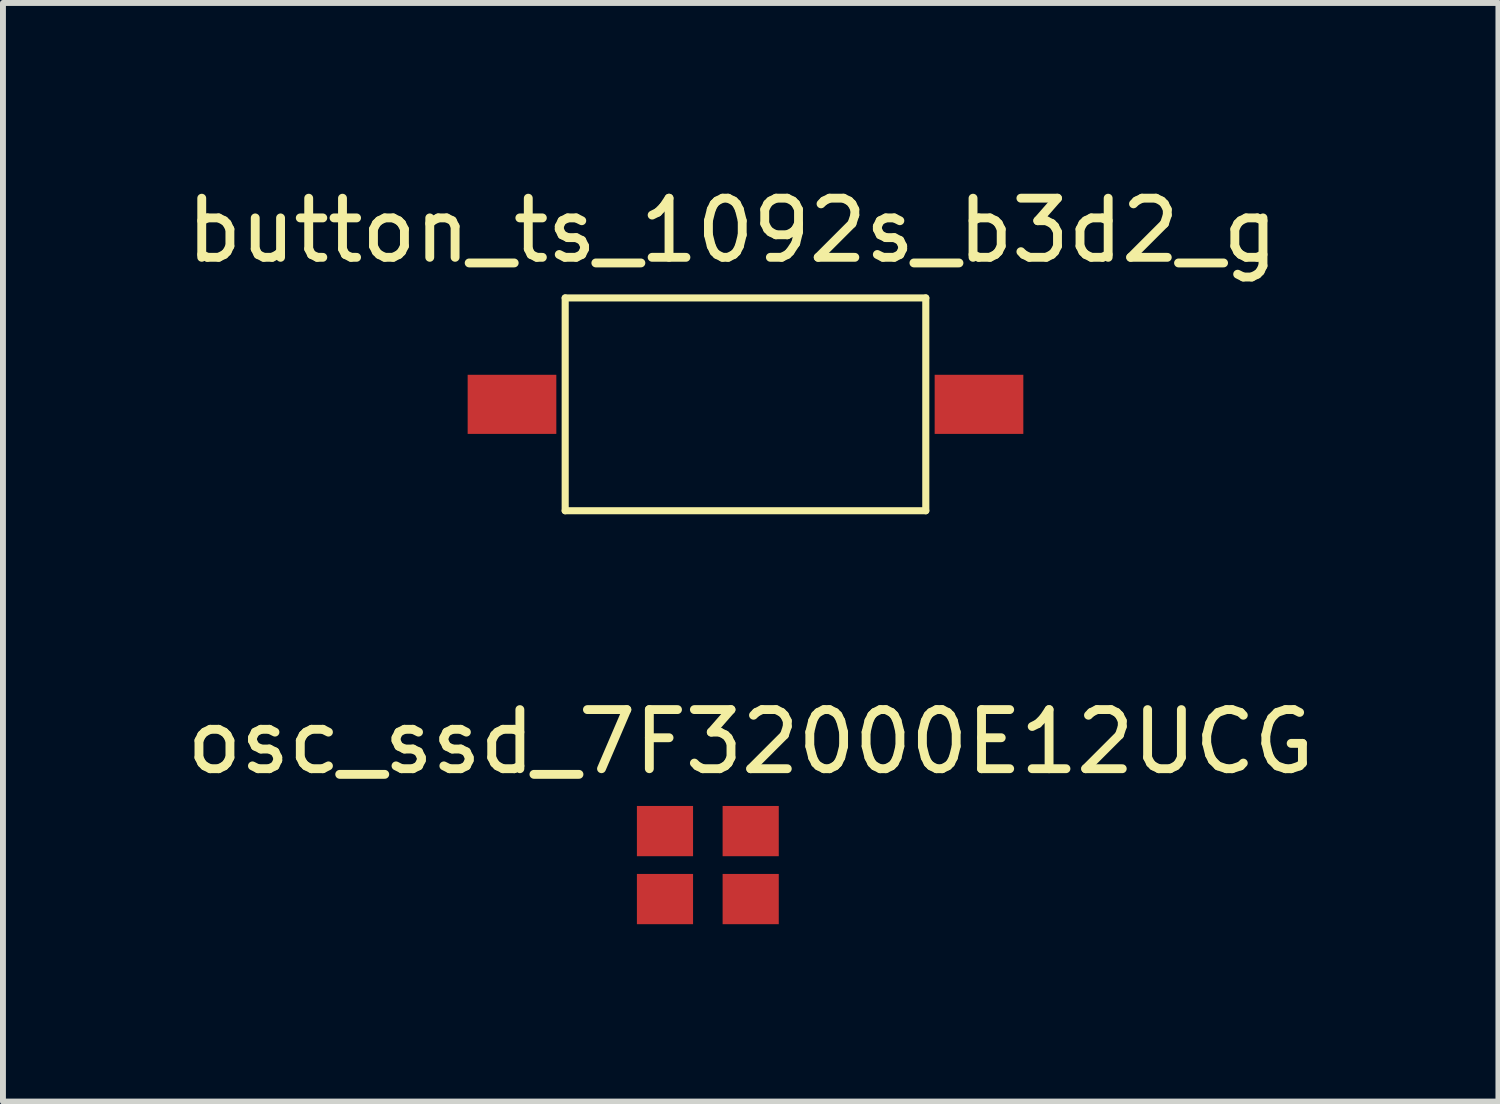
<source format=kicad_pcb>
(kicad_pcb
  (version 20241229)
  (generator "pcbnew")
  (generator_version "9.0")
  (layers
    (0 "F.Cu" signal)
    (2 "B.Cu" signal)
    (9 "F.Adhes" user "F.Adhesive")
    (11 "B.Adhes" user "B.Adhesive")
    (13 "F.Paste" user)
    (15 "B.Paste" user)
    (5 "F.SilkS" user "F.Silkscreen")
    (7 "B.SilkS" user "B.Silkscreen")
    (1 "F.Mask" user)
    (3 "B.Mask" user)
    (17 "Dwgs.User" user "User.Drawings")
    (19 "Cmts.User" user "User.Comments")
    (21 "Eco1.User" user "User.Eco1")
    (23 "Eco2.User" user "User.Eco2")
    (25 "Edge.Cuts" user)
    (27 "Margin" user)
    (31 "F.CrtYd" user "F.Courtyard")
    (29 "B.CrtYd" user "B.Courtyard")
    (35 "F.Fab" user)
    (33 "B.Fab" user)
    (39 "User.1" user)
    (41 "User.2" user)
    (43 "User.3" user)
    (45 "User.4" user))
  (footprint "osc_ssd_7F32000E12UCG"
    (layer "F.Cu")
    (at 8.199 12.159)
    (property "Reference" "osc_ssd_7F32000E12UCG" (at 1.45 -2.66 0) (layer "F.SilkS") (effects (font (size 1 1) (thickness 0.15))))
    (attr through_hole)
    (pad "1" smd rect (at 0 0) (size 0.95 0.85) (layers "F.Cu" "F.Mask" "F.Paste"))
    (pad "2" smd rect (at 1.45 0) (size 0.95 0.85) (layers "F.Cu" "F.Mask" "F.Paste"))
    (pad "3" smd rect (at 1.45 -1.15) (size 0.95 0.85) (layers "F.Cu" "F.Mask" "F.Paste"))
    (pad "4" smd rect (at 0 -1.15) (size 0.95 0.85) (layers "F.Cu" "F.Mask" "F.Paste")))
  (footprint "button_ts_1092s_b3d2_g"
    (layer "F.Cu")
    (at 9.561 3.79)
    (property "Reference" "button_ts_1092s_b3d2_g" (at -0.222 -2.942 0) (layer "F.SilkS") (effects (font (size 1 1) (thickness 0.15))))
    (attr through_hole)
    (fp_line (start -3.05 -1.8) (end -3.05 1.8) (stroke (width 0.12) (type solid)) (layer "F.SilkS"))
    (fp_line (start -3.05 1.8) (end 3.05 1.8) (stroke (width 0.12) (type solid)) (layer "F.SilkS"))
    (fp_line (start 3.05 -1.8) (end -3.05 -1.8) (stroke (width 0.12) (type solid)) (layer "F.SilkS"))
    (fp_line (start 3.05 1.8) (end 3.05 -1.8) (stroke (width 0.12) (type solid)) (layer "F.SilkS"))
    (pad "1" smd rect (at -3.95 0) (size 1.5 1) (layers "F.Cu" "F.Mask" "F.Paste"))
    (pad "2" smd rect (at 3.95 0) (size 1.5 1) (layers "F.Cu" "F.Mask" "F.Paste")))
  (gr_rect
    (start -3 -3)
    (end 22.298 15.584)
    (stroke (width 0.1) (type default))
    (fill no)
    (layer "Edge.Cuts")))
</source>
